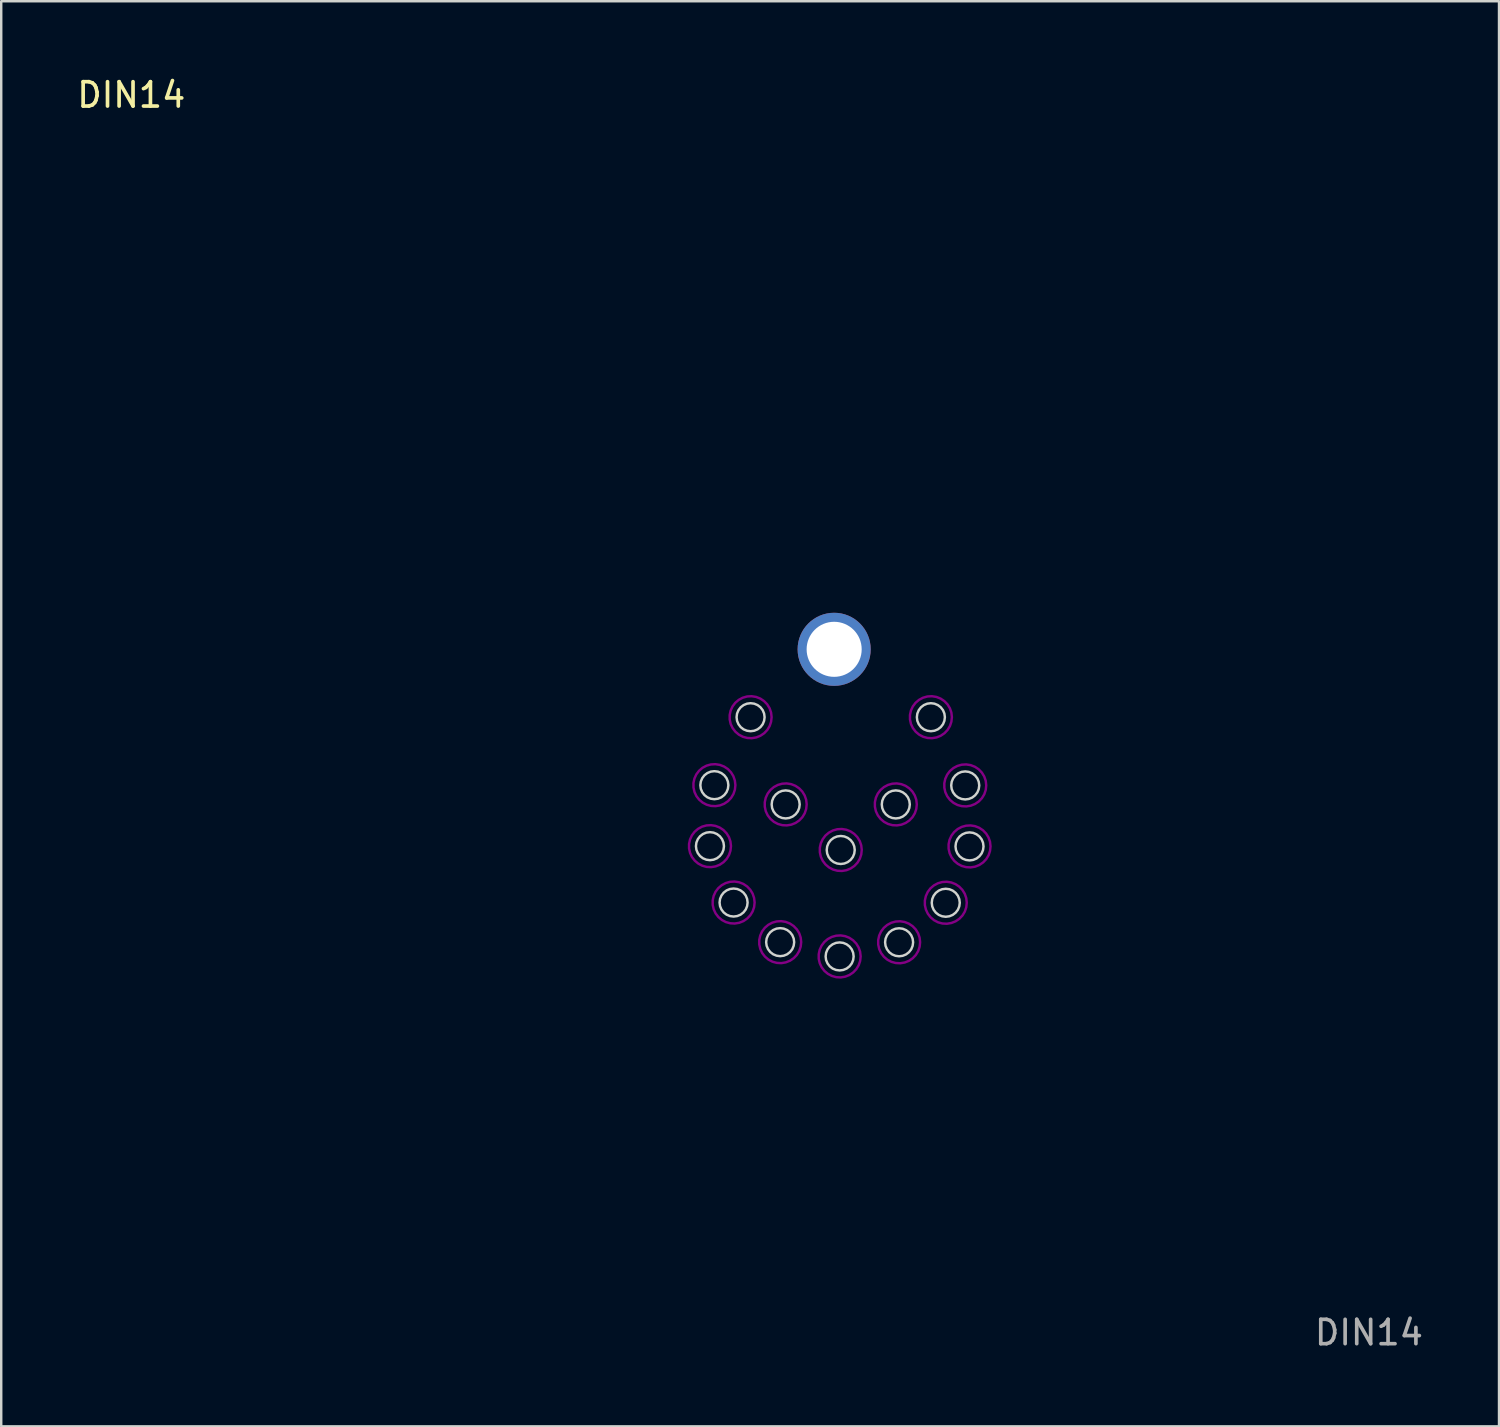
<source format=kicad_pcb>
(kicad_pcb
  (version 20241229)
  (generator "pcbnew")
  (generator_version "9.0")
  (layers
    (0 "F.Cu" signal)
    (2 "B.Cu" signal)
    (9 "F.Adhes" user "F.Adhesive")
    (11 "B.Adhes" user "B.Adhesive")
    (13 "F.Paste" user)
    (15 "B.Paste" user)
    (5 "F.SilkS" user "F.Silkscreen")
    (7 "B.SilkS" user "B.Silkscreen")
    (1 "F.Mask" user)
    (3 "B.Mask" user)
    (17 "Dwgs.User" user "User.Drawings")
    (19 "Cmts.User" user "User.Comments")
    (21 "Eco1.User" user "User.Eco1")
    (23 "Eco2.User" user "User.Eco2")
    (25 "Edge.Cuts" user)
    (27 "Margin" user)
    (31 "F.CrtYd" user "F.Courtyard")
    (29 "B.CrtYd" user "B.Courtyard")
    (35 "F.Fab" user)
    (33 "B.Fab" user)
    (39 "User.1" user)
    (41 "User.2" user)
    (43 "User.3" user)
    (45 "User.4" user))
  (footprint "DIN14"
    (layer "F.Cu")
    (at 27.739 26.248)
    (property "Reference" "DIN14" (at -25.4 -25.4 0) (unlocked yes) (layer "F.SilkS") (effects (font (size 1 1) (thickness 0.15))))
    (fp_poly (pts (xy -1.416 6.264) (xy -1.243 6.195) (xy -1.089 6.09) (xy -0.961 5.955) (xy -0.865 5.795) (xy -0.806 5.618) (xy -0.785 5.433) (xy -0.785 5.427) (xy -0.807 5.242) (xy -0.867 5.066) (xy -0.965 4.907) (xy -1.093 4.772) (xy -1.248 4.669) (xy -1.422 4.601) (xy -1.606 4.572) (xy -1.792 4.583) (xy -1.971 4.633) (xy -2.135 4.722) (xy -2.277 4.843) (xy -2.389 4.992) (xy -2.466 5.161) (xy -2.506 5.343) (xy -2.505 5.529) (xy -2.464 5.711) (xy -2.386 5.88) (xy -2.272 6.028) (xy -2.13 6.148) (xy -1.965 6.235) (xy -1.786 6.285) (xy -1.6 6.294)) (stroke (width 0.1) (type solid)) (fill no) (layer "F.Adhes"))
    (fp_poly (pts (xy -1.235 3.761) (xy -1.062 3.692) (xy -0.908 3.587) (xy -0.78 3.452) (xy -0.684 3.292) (xy -0.624 3.115) (xy -0.604 2.93) (xy -0.604 2.924) (xy -0.626 2.739) (xy -0.686 2.563) (xy -0.783 2.404) (xy -0.912 2.269) (xy -1.067 2.166) (xy -1.241 2.098) (xy -1.425 2.069) (xy -1.611 2.08) (xy -1.79 2.13) (xy -1.954 2.218) (xy -2.096 2.34) (xy -2.208 2.488) (xy -2.285 2.658) (xy -2.325 2.84) (xy -2.324 3.026) (xy -2.283 3.208) (xy -2.205 3.377) (xy -2.091 3.525) (xy -1.949 3.645) (xy -1.784 3.732) (xy -1.605 3.781) (xy -1.419 3.791)) (stroke (width 0.1) (type solid)) (fill no) (layer "F.Adhes"))
    (fp_poly (pts (xy -0.446 8.579) (xy -0.273 8.509) (xy -0.119 8.405) (xy 0.009 8.269) (xy 0.105 8.11) (xy 0.165 7.933) (xy 0.185 7.748) (xy 0.185 7.742) (xy 0.163 7.557) (xy 0.103 7.381) (xy 0.006 7.222) (xy -0.123 7.087) (xy -0.278 6.983) (xy -0.452 6.915) (xy -0.636 6.886) (xy -0.822 6.897) (xy -1.001 6.948) (xy -1.165 7.036) (xy -1.306 7.157) (xy -1.419 7.306) (xy -1.496 7.476) (xy -1.535 7.658) (xy -1.535 7.844) (xy -1.494 8.026) (xy -1.415 8.195) (xy -1.302 8.343) (xy -1.16 8.463) (xy -0.995 8.55) (xy -0.816 8.599) (xy -0.63 8.609)) (stroke (width 0.1) (type solid)) (fill no) (layer "F.Adhes"))
    (fp_poly (pts (xy 0.252 0.971) (xy 0.425 0.902) (xy 0.579 0.797) (xy 0.707 0.662) (xy 0.803 0.502) (xy 0.862 0.326) (xy 0.882 0.141) (xy 0.882 0.135) (xy 0.861 -0.051) (xy 0.8 -0.227) (xy 0.703 -0.386) (xy 0.574 -0.52) (xy 0.419 -0.624) (xy 0.246 -0.692) (xy 0.062 -0.721) (xy -0.124 -0.71) (xy -0.303 -0.659) (xy -0.467 -0.571) (xy -0.609 -0.45) (xy -0.721 -0.301) (xy -0.799 -0.132) (xy -0.838 0.05) (xy -0.837 0.237) (xy -0.797 0.419) (xy -0.718 0.587) (xy -0.605 0.735) (xy -0.462 0.856) (xy -0.298 0.943) (xy -0.118 0.992) (xy 0.068 1.002)) (stroke (width 0.1) (type solid)) (fill no) (layer "F.Adhes"))
    (fp_poly (pts (xy 1.466 10.204) (xy 1.639 10.135) (xy 1.793 10.03) (xy 1.921 9.895) (xy 2.017 9.735) (xy 2.076 9.559) (xy 2.097 9.374) (xy 2.097 9.368) (xy 2.075 9.182) (xy 2.015 9.006) (xy 1.917 8.847) (xy 1.788 8.713) (xy 1.634 8.609) (xy 1.46 8.541) (xy 1.276 8.512) (xy 1.09 8.523) (xy 0.911 8.574) (xy 0.747 8.662) (xy 0.605 8.783) (xy 0.493 8.932) (xy 0.416 9.101) (xy 0.376 9.283) (xy 0.377 9.47) (xy 0.418 9.652) (xy 0.496 9.82) (xy 0.61 9.968) (xy 0.752 10.089) (xy 0.917 10.176) (xy 1.096 10.225) (xy 1.282 10.235)) (stroke (width 0.1) (type solid)) (fill no) (layer "F.Adhes"))
    (fp_poly (pts (xy 1.692 4.551) (xy 1.865 4.482) (xy 2.019 4.377) (xy 2.147 4.242) (xy 2.243 4.082) (xy 2.302 3.906) (xy 2.322 3.721) (xy 2.322 3.715) (xy 2.301 3.53) (xy 2.24 3.353) (xy 2.143 3.194) (xy 2.014 3.06) (xy 1.859 2.956) (xy 1.686 2.888) (xy 1.502 2.859) (xy 1.316 2.87) (xy 1.137 2.921) (xy 0.973 3.009) (xy 0.831 3.13) (xy 0.719 3.279) (xy 0.641 3.448) (xy 0.602 3.63) (xy 0.603 3.817) (xy 0.643 3.999) (xy 0.722 4.167) (xy 0.835 4.315) (xy 0.978 4.436) (xy 1.142 4.523) (xy 1.322 4.572) (xy 1.508 4.582)) (stroke (width 0.1) (type solid)) (fill no) (layer "F.Adhes"))
    (fp_poly (pts (xy 3.906 10.79) (xy 4.079 10.721) (xy 4.233 10.616) (xy 4.361 10.481) (xy 4.457 10.321) (xy 4.517 10.145) (xy 4.537 9.959) (xy 4.537 9.953) (xy 4.515 9.768) (xy 4.455 9.592) (xy 4.358 9.433) (xy 4.229 9.299) (xy 4.074 9.195) (xy 3.901 9.127) (xy 3.717 9.098) (xy 3.531 9.109) (xy 3.351 9.16) (xy 3.187 9.248) (xy 3.046 9.369) (xy 2.934 9.518) (xy 2.856 9.687) (xy 2.817 9.869) (xy 2.817 10.056) (xy 2.858 10.237) (xy 2.937 10.406) (xy 3.05 10.554) (xy 3.192 10.674) (xy 3.357 10.761) (xy 3.537 10.811) (xy 3.723 10.821)) (stroke (width 0.1) (type solid)) (fill no) (layer "F.Adhes"))
    (fp_poly (pts (xy 3.952 6.421) (xy 4.125 6.352) (xy 4.279 6.247) (xy 4.407 6.112) (xy 4.503 5.952) (xy 4.562 5.776) (xy 4.582 5.591) (xy 4.582 5.585) (xy 4.561 5.399) (xy 4.5 5.223) (xy 4.403 5.064) (xy 4.274 4.93) (xy 4.119 4.826) (xy 3.946 4.758) (xy 3.762 4.729) (xy 3.576 4.74) (xy 3.397 4.791) (xy 3.233 4.879) (xy 3.091 5) (xy 2.979 5.149) (xy 2.901 5.318) (xy 2.862 5.5) (xy 2.863 5.687) (xy 2.903 5.869) (xy 2.982 6.037) (xy 3.095 6.185) (xy 3.238 6.306) (xy 3.402 6.393) (xy 3.582 6.442) (xy 3.768 6.452)) (stroke (width 0.1) (type solid)) (fill no) (layer "F.Adhes"))
    (fp_poly (pts (xy 6.212 4.551) (xy 6.385 4.482) (xy 6.539 4.377) (xy 6.667 4.242) (xy 6.763 4.082) (xy 6.822 3.906) (xy 6.842 3.721) (xy 6.842 3.715) (xy 6.821 3.53) (xy 6.76 3.353) (xy 6.663 3.194) (xy 6.534 3.06) (xy 6.379 2.956) (xy 6.206 2.888) (xy 6.022 2.859) (xy 5.836 2.87) (xy 5.657 2.921) (xy 5.493 3.009) (xy 5.351 3.13) (xy 5.239 3.279) (xy 5.161 3.448) (xy 5.122 3.63) (xy 5.123 3.817) (xy 5.163 3.999) (xy 5.242 4.167) (xy 5.355 4.315) (xy 5.498 4.436) (xy 5.662 4.523) (xy 5.842 4.572) (xy 6.028 4.582)) (stroke (width 0.1) (type solid)) (fill no) (layer "F.Adhes"))
    (fp_poly (pts (xy 6.348 10.209) (xy 6.521 10.14) (xy 6.675 10.035) (xy 6.803 9.9) (xy 6.899 9.74) (xy 6.958 9.564) (xy 6.978 9.379) (xy 6.978 9.373) (xy 6.957 9.188) (xy 6.896 9.011) (xy 6.799 8.852) (xy 6.67 8.718) (xy 6.515 8.614) (xy 6.342 8.546) (xy 6.158 8.517) (xy 5.972 8.528) (xy 5.793 8.579) (xy 5.629 8.667) (xy 5.487 8.788) (xy 5.375 8.937) (xy 5.297 9.106) (xy 5.258 9.288) (xy 5.259 9.475) (xy 5.299 9.657) (xy 5.378 9.825) (xy 5.491 9.973) (xy 5.634 10.094) (xy 5.798 10.181) (xy 5.978 10.23) (xy 6.164 10.24)) (stroke (width 0.1) (type solid)) (fill no) (layer "F.Adhes"))
    (fp_poly (pts (xy 7.652 0.971) (xy 7.825 0.902) (xy 7.979 0.797) (xy 8.107 0.662) (xy 8.203 0.502) (xy 8.262 0.326) (xy 8.282 0.141) (xy 8.282 0.135) (xy 8.261 -0.051) (xy 8.2 -0.227) (xy 8.103 -0.386) (xy 7.974 -0.52) (xy 7.819 -0.624) (xy 7.646 -0.692) (xy 7.462 -0.721) (xy 7.276 -0.71) (xy 7.097 -0.659) (xy 6.933 -0.571) (xy 6.791 -0.45) (xy 6.679 -0.301) (xy 6.601 -0.132) (xy 6.562 0.05) (xy 6.563 0.237) (xy 6.603 0.419) (xy 6.682 0.587) (xy 6.795 0.735) (xy 6.938 0.856) (xy 7.102 0.943) (xy 7.282 0.992) (xy 7.468 1.002)) (stroke (width 0.1) (type solid)) (fill no) (layer "F.Adhes"))
    (fp_poly (pts (xy 8.263 8.587) (xy 8.436 8.518) (xy 8.59 8.413) (xy 8.718 8.278) (xy 8.814 8.118) (xy 8.873 7.942) (xy 8.893 7.757) (xy 8.893 7.751) (xy 8.872 7.566) (xy 8.811 7.389) (xy 8.714 7.23) (xy 8.585 7.096) (xy 8.431 6.992) (xy 8.257 6.924) (xy 8.073 6.895) (xy 7.887 6.906) (xy 7.708 6.957) (xy 7.544 7.045) (xy 7.402 7.166) (xy 7.29 7.315) (xy 7.213 7.484) (xy 7.173 7.666) (xy 7.174 7.853) (xy 7.215 8.035) (xy 7.293 8.203) (xy 7.406 8.351) (xy 7.549 8.472) (xy 7.713 8.559) (xy 7.893 8.608) (xy 8.079 8.618)) (stroke (width 0.1) (type solid)) (fill no) (layer "F.Adhes"))
    (fp_poly (pts (xy 9.062 3.771) (xy 9.235 3.702) (xy 9.389 3.597) (xy 9.517 3.462) (xy 9.613 3.302) (xy 9.672 3.126) (xy 9.692 2.941) (xy 9.692 2.935) (xy 9.671 2.749) (xy 9.61 2.573) (xy 9.513 2.414) (xy 9.384 2.28) (xy 9.229 2.176) (xy 9.056 2.108) (xy 8.872 2.079) (xy 8.686 2.09) (xy 8.507 2.141) (xy 8.343 2.229) (xy 8.201 2.35) (xy 8.089 2.499) (xy 8.011 2.668) (xy 7.972 2.85) (xy 7.973 3.037) (xy 8.013 3.219) (xy 8.092 3.387) (xy 8.205 3.535) (xy 8.348 3.656) (xy 8.512 3.743) (xy 8.692 3.792) (xy 8.878 3.802)) (stroke (width 0.1) (type solid)) (fill no) (layer "F.Adhes"))
    (fp_poly (pts (xy 9.238 6.275) (xy 9.411 6.206) (xy 9.565 6.101) (xy 9.693 5.966) (xy 9.789 5.806) (xy 9.848 5.629) (xy 9.868 5.444) (xy 9.868 5.438) (xy 9.847 5.253) (xy 9.786 5.077) (xy 9.689 4.918) (xy 9.56 4.783) (xy 9.405 4.68) (xy 9.232 4.612) (xy 9.048 4.583) (xy 8.862 4.594) (xy 8.683 4.644) (xy 8.519 4.732) (xy 8.377 4.854) (xy 8.265 5.002) (xy 8.187 5.172) (xy 8.148 5.354) (xy 8.149 5.54) (xy 8.189 5.722) (xy 8.268 5.891) (xy 8.381 6.039) (xy 8.524 6.159) (xy 8.688 6.246) (xy 8.868 6.295) (xy 9.054 6.305)) (stroke (width 0.1) (type solid)) (fill no) (layer "F.Adhes"))
    (fp_poly (pts (xy -1.499 5.989) (xy -1.361 5.932) (xy -1.242 5.84) (xy -1.15 5.721) (xy -1.093 5.582) (xy -1.073 5.434) (xy -1.093 5.285) (xy -1.15 5.146) (xy -1.242 5.027) (xy -1.361 4.936) (xy -1.499 4.878) (xy -1.648 4.859) (xy -1.797 4.878) (xy -1.936 4.936) (xy -2.055 5.027) (xy -2.146 5.146) (xy -2.204 5.285) (xy -2.223 5.434) (xy -2.204 5.582) (xy -2.146 5.721) (xy -2.055 5.84) (xy -1.936 5.932) (xy -1.797 5.989) (xy -1.648 6.009)) (stroke (width 0.1) (type solid)) (fill no) (layer "Edge.Cuts"))
    (fp_poly (pts (xy -1.318 3.486) (xy -1.18 3.429) (xy -1.061 3.337) (xy -0.969 3.218) (xy -0.912 3.079) (xy -0.892 2.931) (xy -0.912 2.782) (xy -0.969 2.643) (xy -1.061 2.524) (xy -1.18 2.433) (xy -1.318 2.375) (xy -1.467 2.356) (xy -1.616 2.375) (xy -1.755 2.433) (xy -1.874 2.524) (xy -1.965 2.643) (xy -2.023 2.782) (xy -2.042 2.931) (xy -2.023 3.079) (xy -1.965 3.218) (xy -1.874 3.337) (xy -1.755 3.429) (xy -1.616 3.486) (xy -1.467 3.506)) (stroke (width 0.1) (type solid)) (fill no) (layer "Edge.Cuts"))
    (fp_poly (pts (xy -0.529 8.303) (xy -0.391 8.246) (xy -0.272 8.154) (xy -0.18 8.035) (xy -0.123 7.896) (xy -0.103 7.748) (xy -0.123 7.599) (xy -0.18 7.46) (xy -0.272 7.341) (xy -0.391 7.25) (xy -0.529 7.192) (xy -0.678 7.173) (xy -0.827 7.192) (xy -0.966 7.25) (xy -1.085 7.341) (xy -1.176 7.46) (xy -1.234 7.599) (xy -1.253 7.748) (xy -1.234 7.896) (xy -1.176 8.035) (xy -1.085 8.154) (xy -0.966 8.246) (xy -0.827 8.303) (xy -0.678 8.323)) (stroke (width 0.1) (type solid)) (fill no) (layer "Edge.Cuts"))
    (fp_poly (pts (xy 0.169 0.696) (xy 0.307 0.639) (xy 0.426 0.547) (xy 0.518 0.428) (xy 0.575 0.289) (xy 0.595 0.141) (xy 0.575 -0.008) (xy 0.518 -0.147) (xy 0.426 -0.266) (xy 0.307 -0.357) (xy 0.169 -0.415) (xy 0.02 -0.434) (xy -0.129 -0.415) (xy -0.268 -0.357) (xy -0.387 -0.266) (xy -0.478 -0.147) (xy -0.536 -0.008) (xy -0.555 0.141) (xy -0.536 0.289) (xy -0.478 0.428) (xy -0.387 0.547) (xy -0.268 0.639) (xy -0.129 0.696) (xy 0.02 0.716)) (stroke (width 0.1) (type solid)) (fill no) (layer "Edge.Cuts"))
    (fp_poly (pts (xy 1.383 9.929) (xy 1.521 9.872) (xy 1.64 9.78) (xy 1.732 9.661) (xy 1.789 9.522) (xy 1.809 9.374) (xy 1.789 9.225) (xy 1.732 9.086) (xy 1.64 8.967) (xy 1.521 8.876) (xy 1.383 8.818) (xy 1.234 8.799) (xy 1.085 8.818) (xy 0.946 8.876) (xy 0.827 8.967) (xy 0.736 9.086) (xy 0.678 9.225) (xy 0.659 9.374) (xy 0.678 9.522) (xy 0.736 9.661) (xy 0.827 9.78) (xy 0.946 9.872) (xy 1.085 9.929) (xy 1.234 9.949)) (stroke (width 0.1) (type solid)) (fill no) (layer "Edge.Cuts"))
    (fp_poly (pts (xy 1.609 4.276) (xy 1.747 4.219) (xy 1.866 4.127) (xy 1.958 4.008) (xy 2.015 3.869) (xy 2.035 3.721) (xy 2.015 3.572) (xy 1.958 3.433) (xy 1.866 3.314) (xy 1.747 3.223) (xy 1.609 3.165) (xy 1.46 3.146) (xy 1.311 3.165) (xy 1.172 3.223) (xy 1.053 3.314) (xy 0.962 3.433) (xy 0.904 3.572) (xy 0.885 3.721) (xy 0.904 3.869) (xy 0.962 4.008) (xy 1.053 4.127) (xy 1.172 4.219) (xy 1.311 4.276) (xy 1.46 4.296)) (stroke (width 0.1) (type solid)) (fill no) (layer "Edge.Cuts"))
    (fp_poly (pts (xy 3.824 10.515) (xy 3.962 10.458) (xy 4.081 10.366) (xy 4.173 10.247) (xy 4.23 10.108) (xy 4.25 9.96) (xy 4.23 9.811) (xy 4.173 9.672) (xy 4.081 9.553) (xy 3.962 9.462) (xy 3.824 9.404) (xy 3.675 9.385) (xy 3.526 9.404) (xy 3.387 9.462) (xy 3.268 9.553) (xy 3.177 9.672) (xy 3.119 9.811) (xy 3.1 9.96) (xy 3.119 10.108) (xy 3.177 10.247) (xy 3.268 10.366) (xy 3.387 10.458) (xy 3.526 10.515) (xy 3.675 10.535)) (stroke (width 0.1) (type solid)) (fill no) (layer "Edge.Cuts"))
    (fp_poly (pts (xy 3.869 6.146) (xy 4.007 6.089) (xy 4.126 5.997) (xy 4.218 5.878) (xy 4.275 5.739) (xy 4.295 5.591) (xy 4.275 5.442) (xy 4.218 5.303) (xy 4.126 5.184) (xy 4.007 5.093) (xy 3.869 5.035) (xy 3.72 5.016) (xy 3.571 5.035) (xy 3.432 5.093) (xy 3.313 5.184) (xy 3.222 5.303) (xy 3.164 5.442) (xy 3.145 5.591) (xy 3.164 5.739) (xy 3.222 5.878) (xy 3.313 5.997) (xy 3.432 6.089) (xy 3.571 6.146) (xy 3.72 6.166)) (stroke (width 0.1) (type solid)) (fill no) (layer "Edge.Cuts"))
    (fp_poly (pts (xy 6.129 4.276) (xy 6.267 4.219) (xy 6.386 4.127) (xy 6.478 4.008) (xy 6.535 3.869) (xy 6.555 3.721) (xy 6.535 3.572) (xy 6.478 3.433) (xy 6.386 3.314) (xy 6.267 3.223) (xy 6.129 3.165) (xy 5.98 3.146) (xy 5.831 3.165) (xy 5.692 3.223) (xy 5.573 3.314) (xy 5.482 3.433) (xy 5.424 3.572) (xy 5.405 3.721) (xy 5.424 3.869) (xy 5.482 4.008) (xy 5.573 4.127) (xy 5.692 4.219) (xy 5.831 4.276) (xy 5.98 4.296)) (stroke (width 0.1) (type solid)) (fill no) (layer "Edge.Cuts"))
    (fp_poly (pts (xy 6.265 9.934) (xy 6.403 9.877) (xy 6.522 9.785) (xy 6.614 9.666) (xy 6.671 9.527) (xy 6.691 9.379) (xy 6.671 9.23) (xy 6.614 9.091) (xy 6.522 8.972) (xy 6.403 8.881) (xy 6.265 8.823) (xy 6.116 8.804) (xy 5.967 8.823) (xy 5.828 8.881) (xy 5.709 8.972) (xy 5.618 9.091) (xy 5.56 9.23) (xy 5.541 9.379) (xy 5.56 9.527) (xy 5.618 9.666) (xy 5.709 9.785) (xy 5.828 9.877) (xy 5.967 9.934) (xy 6.116 9.954)) (stroke (width 0.1) (type solid)) (fill no) (layer "Edge.Cuts"))
    (fp_poly (pts (xy 7.569 0.696) (xy 7.707 0.639) (xy 7.826 0.547) (xy 7.918 0.428) (xy 7.975 0.289) (xy 7.995 0.141) (xy 7.975 -0.008) (xy 7.918 -0.147) (xy 7.826 -0.266) (xy 7.707 -0.357) (xy 7.569 -0.415) (xy 7.42 -0.434) (xy 7.271 -0.415) (xy 7.132 -0.357) (xy 7.013 -0.266) (xy 6.922 -0.147) (xy 6.864 -0.008) (xy 6.845 0.141) (xy 6.864 0.289) (xy 6.922 0.428) (xy 7.013 0.547) (xy 7.132 0.639) (xy 7.271 0.696) (xy 7.42 0.716)) (stroke (width 0.1) (type solid)) (fill no) (layer "Edge.Cuts"))
    (fp_poly (pts (xy 8.18 8.312) (xy 8.318 8.255) (xy 8.437 8.163) (xy 8.529 8.044) (xy 8.586 7.905) (xy 8.606 7.757) (xy 8.586 7.608) (xy 8.529 7.469) (xy 8.437 7.35) (xy 8.318 7.259) (xy 8.18 7.201) (xy 8.031 7.182) (xy 7.882 7.201) (xy 7.743 7.259) (xy 7.624 7.35) (xy 7.533 7.469) (xy 7.475 7.608) (xy 7.456 7.757) (xy 7.475 7.905) (xy 7.533 8.044) (xy 7.624 8.163) (xy 7.743 8.255) (xy 7.882 8.312) (xy 8.031 8.332)) (stroke (width 0.1) (type solid)) (fill no) (layer "Edge.Cuts"))
    (fp_poly (pts (xy 8.979 3.496) (xy 9.117 3.439) (xy 9.236 3.347) (xy 9.328 3.228) (xy 9.385 3.089) (xy 9.405 2.941) (xy 9.385 2.792) (xy 9.328 2.653) (xy 9.236 2.534) (xy 9.117 2.443) (xy 8.979 2.385) (xy 8.83 2.366) (xy 8.681 2.385) (xy 8.542 2.443) (xy 8.423 2.534) (xy 8.332 2.653) (xy 8.274 2.792) (xy 8.255 2.941) (xy 8.274 3.089) (xy 8.332 3.228) (xy 8.423 3.347) (xy 8.542 3.439) (xy 8.681 3.496) (xy 8.83 3.516)) (stroke (width 0.1) (type solid)) (fill no) (layer "Edge.Cuts"))
    (fp_poly (pts (xy 9.155 5.999) (xy 9.293 5.942) (xy 9.412 5.85) (xy 9.504 5.731) (xy 9.561 5.592) (xy 9.581 5.444) (xy 9.561 5.295) (xy 9.504 5.156) (xy 9.412 5.037) (xy 9.293 4.946) (xy 9.155 4.888) (xy 9.006 4.869) (xy 8.857 4.888) (xy 8.718 4.946) (xy 8.599 5.037) (xy 8.508 5.156) (xy 8.45 5.295) (xy 8.431 5.444) (xy 8.45 5.592) (xy 8.508 5.731) (xy 8.599 5.85) (xy 8.718 5.942) (xy 8.857 5.999) (xy 9.006 6.019)) (stroke (width 0.1) (type solid)) (fill no) (layer "Edge.Cuts"))
    (fp_text user "${REFERENCE}" (at 25.4 25.4 0) (unlocked yes) (layer "F.Fab") (effects (font (size 1 1) (thickness 0.15))))
    (pad "1" thru_hole circle (at 3.45 -2.646) (size 3 3) (drill 2.26) (layers "*.Cu" "*.Mask")))
  (gr_rect
    (start -3 -3)
    (end 58.479 55.496)
    (stroke (width 0.1) (type default))
    (fill no)
    (layer "Edge.Cuts")))
</source>
